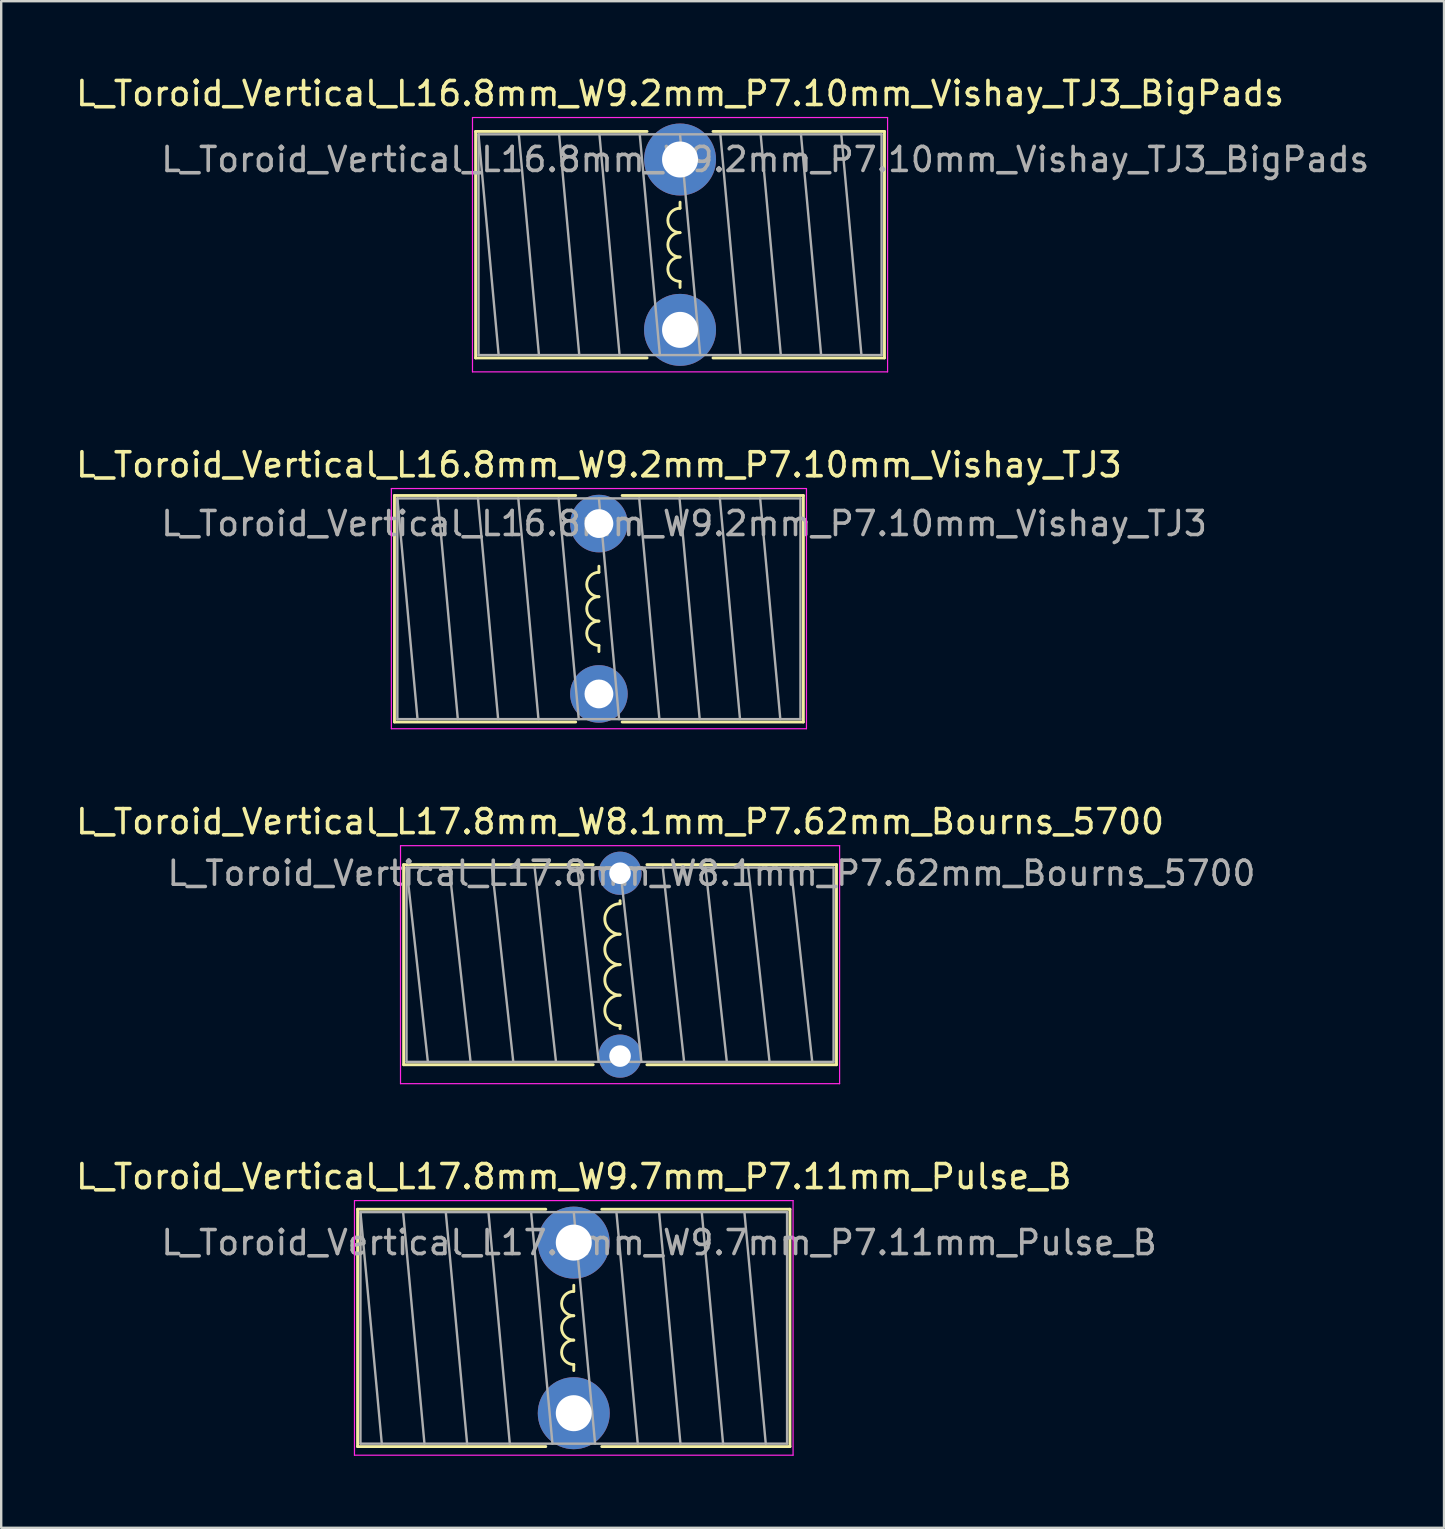
<source format=kicad_pcb>
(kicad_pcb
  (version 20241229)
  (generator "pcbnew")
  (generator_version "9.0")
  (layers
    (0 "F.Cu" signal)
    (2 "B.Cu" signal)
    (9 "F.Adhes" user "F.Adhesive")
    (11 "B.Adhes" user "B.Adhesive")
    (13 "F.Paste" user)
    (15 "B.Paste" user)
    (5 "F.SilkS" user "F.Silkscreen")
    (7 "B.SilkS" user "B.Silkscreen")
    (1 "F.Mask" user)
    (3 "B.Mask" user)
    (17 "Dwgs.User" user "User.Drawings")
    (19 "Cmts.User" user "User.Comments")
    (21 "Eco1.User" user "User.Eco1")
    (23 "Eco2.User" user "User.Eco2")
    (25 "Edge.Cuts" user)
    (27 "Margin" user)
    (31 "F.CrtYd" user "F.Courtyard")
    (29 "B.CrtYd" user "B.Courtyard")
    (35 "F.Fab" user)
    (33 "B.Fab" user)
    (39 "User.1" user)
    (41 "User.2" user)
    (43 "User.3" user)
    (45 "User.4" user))
  (footprint "L_Toroid_Vertical_L16.8mm_W9.2mm_P7.10mm_Vishay_TJ3"
    (layer "F.Cu")
    (at 21.911 18.771)
    (property "Reference" "L_Toroid_Vertical_L16.8mm_W9.2mm_P7.10mm_Vishay_TJ3" (at 0 -2.45 0) (layer "F.SilkS") (effects (font (size 1 1) (thickness 0.15))))
    (attr through_hole)
    (fp_line (start -8.52 -1.17) (end -8.52 8.27) (stroke (width 0.12) (type solid)) (layer "F.SilkS"))
    (fp_line (start -8.52 -1.17) (end -0.968 -1.17) (stroke (width 0.12) (type solid)) (layer "F.SilkS"))
    (fp_line (start -8.52 8.27) (end -0.968 8.27) (stroke (width 0.12) (type solid)) (layer "F.SilkS"))
    (fp_line (start 0 2.032) (end 0 1.778) (stroke (width 0.12) (type solid)) (layer "F.SilkS"))
    (fp_line (start 0 5.08) (end 0 5.334) (stroke (width 0.12) (type solid)) (layer "F.SilkS"))
    (fp_line (start 0.968 -1.17) (end 8.52 -1.17) (stroke (width 0.12) (type solid)) (layer "F.SilkS"))
    (fp_line (start 0.968 8.27) (end 8.52 8.27) (stroke (width 0.12) (type solid)) (layer "F.SilkS"))
    (fp_line (start 8.52 -1.17) (end 8.52 8.27) (stroke (width 0.12) (type solid)) (layer "F.SilkS"))
    (fp_arc (start 0 3.048) (mid -0.508 2.54) (end 0 2.032) (stroke (width 0.12) (type solid)) (layer "F.SilkS"))
    (fp_arc (start 0 4.064) (mid -0.508 3.556) (end 0 3.048) (stroke (width 0.12) (type solid)) (layer "F.SilkS"))
    (fp_arc (start 0 5.08) (mid -0.508 4.572) (end 0 4.064) (stroke (width 0.12) (type solid)) (layer "F.SilkS"))
    (fp_line (start -8.65 -1.46) (end -8.65 8.55) (stroke (width 0.05) (type solid)) (layer "F.CrtYd"))
    (fp_line (start -8.65 8.55) (end 8.65 8.55) (stroke (width 0.05) (type solid)) (layer "F.CrtYd"))
    (fp_line (start 8.65 -1.46) (end -8.65 -1.46) (stroke (width 0.05) (type solid)) (layer "F.CrtYd"))
    (fp_line (start 8.65 8.55) (end 8.65 -1.46) (stroke (width 0.05) (type solid)) (layer "F.CrtYd"))
    (fp_line (start -8.4 -1.05) (end -8.4 8.15) (stroke (width 0.1) (type solid)) (layer "F.Fab"))
    (fp_line (start -8.4 -1.05) (end -7.56 8.15) (stroke (width 0.1) (type solid)) (layer "F.Fab"))
    (fp_line (start -8.4 8.15) (end 8.4 8.15) (stroke (width 0.1) (type solid)) (layer "F.Fab"))
    (fp_line (start -6.72 -1.05) (end -5.88 8.15) (stroke (width 0.1) (type solid)) (layer "F.Fab"))
    (fp_line (start -5.04 -1.05) (end -4.2 8.15) (stroke (width 0.1) (type solid)) (layer "F.Fab"))
    (fp_line (start -3.36 -1.05) (end -2.52 8.15) (stroke (width 0.1) (type solid)) (layer "F.Fab"))
    (fp_line (start -1.68 -1.05) (end -0.84 8.15) (stroke (width 0.1) (type solid)) (layer "F.Fab"))
    (fp_line (start 0 -1.05) (end 0.84 8.15) (stroke (width 0.1) (type solid)) (layer "F.Fab"))
    (fp_line (start 1.68 -1.05) (end 2.52 8.15) (stroke (width 0.1) (type solid)) (layer "F.Fab"))
    (fp_line (start 3.36 -1.05) (end 4.2 8.15) (stroke (width 0.1) (type solid)) (layer "F.Fab"))
    (fp_line (start 5.04 -1.05) (end 5.88 8.15) (stroke (width 0.1) (type solid)) (layer "F.Fab"))
    (fp_line (start 6.72 -1.05) (end 7.56 8.15) (stroke (width 0.1) (type solid)) (layer "F.Fab"))
    (fp_line (start 8.4 -1.05) (end -8.4 -1.05) (stroke (width 0.1) (type solid)) (layer "F.Fab"))
    (fp_line (start 8.4 8.15) (end 8.4 -1.05) (stroke (width 0.1) (type solid)) (layer "F.Fab"))
    (fp_text user "${REFERENCE}" (at 3.55 0 0) (layer "F.Fab") (effects (font (size 1 1) (thickness 0.15))))
    (pad "1" thru_hole circle (at 0 0) (size 2.4 2.4) (drill 1.2) (layers "*.Cu" "*.Mask"))
    (pad "2" thru_hole circle (at 0 7.1) (size 2.4 2.4) (drill 1.2) (layers "*.Cu" "*.Mask")))
  (footprint "L_Toroid_Vertical_L17.8mm_W9.7mm_P7.11mm_Pulse_B"
    (layer "F.Cu")
    (at 20.863 48.738)
    (property "Reference" "L_Toroid_Vertical_L17.8mm_W9.7mm_P7.11mm_Pulse_B" (at 0 -2.75 0) (layer "F.SilkS") (effects (font (size 1 1) (thickness 0.15))))
    (attr through_hole)
    (fp_line (start -9.01 -1.39) (end -9.01 8.5) (stroke (width 0.12) (type solid)) (layer "F.SilkS"))
    (fp_line (start -9.01 -1.39) (end -1.166 -1.39) (stroke (width 0.12) (type solid)) (layer "F.SilkS"))
    (fp_line (start -9.01 8.5) (end -1.166 8.5) (stroke (width 0.12) (type solid)) (layer "F.SilkS"))
    (fp_line (start 0 2.032) (end 0 1.778) (stroke (width 0.12) (type solid)) (layer "F.SilkS"))
    (fp_line (start 0 5.08) (end 0 5.334) (stroke (width 0.12) (type solid)) (layer "F.SilkS"))
    (fp_line (start 1.166 -1.39) (end 9.01 -1.39) (stroke (width 0.12) (type solid)) (layer "F.SilkS"))
    (fp_line (start 1.166 8.5) (end 9.01 8.5) (stroke (width 0.12) (type solid)) (layer "F.SilkS"))
    (fp_line (start 9.01 -1.39) (end 9.01 8.5) (stroke (width 0.12) (type solid)) (layer "F.SilkS"))
    (fp_arc (start 0 3.048) (mid -0.508 2.54) (end 0 2.032) (stroke (width 0.12) (type solid)) (layer "F.SilkS"))
    (fp_arc (start 0 4.064) (mid -0.508 3.556) (end 0 3.048) (stroke (width 0.12) (type solid)) (layer "F.SilkS"))
    (fp_arc (start 0 5.08) (mid -0.508 4.572) (end 0 4.064) (stroke (width 0.12) (type solid)) (layer "F.SilkS"))
    (fp_line (start -9.14 -1.75) (end -9.14 8.86) (stroke (width 0.05) (type solid)) (layer "F.CrtYd"))
    (fp_line (start -9.14 8.86) (end 9.14 8.86) (stroke (width 0.05) (type solid)) (layer "F.CrtYd"))
    (fp_line (start 9.14 -1.75) (end -9.14 -1.75) (stroke (width 0.05) (type solid)) (layer "F.CrtYd"))
    (fp_line (start 9.14 8.86) (end 9.14 -1.75) (stroke (width 0.05) (type solid)) (layer "F.CrtYd"))
    (fp_line (start -8.89 -1.27) (end -8.89 8.38) (stroke (width 0.1) (type solid)) (layer "F.Fab"))
    (fp_line (start -8.89 -1.27) (end -8.001 8.38) (stroke (width 0.1) (type solid)) (layer "F.Fab"))
    (fp_line (start -8.89 8.38) (end 8.89 8.38) (stroke (width 0.1) (type solid)) (layer "F.Fab"))
    (fp_line (start -7.112 -1.27) (end -6.223 8.38) (stroke (width 0.1) (type solid)) (layer "F.Fab"))
    (fp_line (start -5.334 -1.27) (end -4.445 8.38) (stroke (width 0.1) (type solid)) (layer "F.Fab"))
    (fp_line (start -3.556 -1.27) (end -2.667 8.38) (stroke (width 0.1) (type solid)) (layer "F.Fab"))
    (fp_line (start -1.778 -1.27) (end -0.889 8.38) (stroke (width 0.1) (type solid)) (layer "F.Fab"))
    (fp_line (start 0 -1.27) (end 0.889 8.38) (stroke (width 0.1) (type solid)) (layer "F.Fab"))
    (fp_line (start 1.778 -1.27) (end 2.667 8.38) (stroke (width 0.1) (type solid)) (layer "F.Fab"))
    (fp_line (start 3.556 -1.27) (end 4.445 8.38) (stroke (width 0.1) (type solid)) (layer "F.Fab"))
    (fp_line (start 5.334 -1.27) (end 6.223 8.38) (stroke (width 0.1) (type solid)) (layer "F.Fab"))
    (fp_line (start 7.112 -1.27) (end 8.001 8.38) (stroke (width 0.1) (type solid)) (layer "F.Fab"))
    (fp_line (start 8.89 -1.27) (end -8.89 -1.27) (stroke (width 0.1) (type solid)) (layer "F.Fab"))
    (fp_line (start 8.89 8.38) (end 8.89 -1.27) (stroke (width 0.1) (type solid)) (layer "F.Fab"))
    (fp_text user "${REFERENCE}" (at 3.555 0 0) (layer "F.Fab") (effects (font (size 1 1) (thickness 0.15))))
    (pad "1" thru_hole circle (at 0 0) (size 3 3) (drill 1.5) (layers "*.Cu" "*.Mask"))
    (pad "2" thru_hole circle (at 0 7.11) (size 3 3) (drill 1.5) (layers "*.Cu" "*.Mask")))
  (footprint "L_Toroid_Vertical_L16.8mm_W9.2mm_P7.10mm_Vishay_TJ3_BigPads"
    (layer "F.Cu")
    (at 25.292 3.598)
    (property "Reference" "L_Toroid_Vertical_L16.8mm_W9.2mm_P7.10mm_Vishay_TJ3_BigPads" (at 0 -2.75 0) (layer "F.SilkS") (effects (font (size 1 1) (thickness 0.15))))
    (attr through_hole)
    (fp_line (start -8.52 -1.17) (end -8.52 8.27) (stroke (width 0.12) (type solid)) (layer "F.SilkS"))
    (fp_line (start -8.52 -1.17) (end -1.374 -1.17) (stroke (width 0.12) (type solid)) (layer "F.SilkS"))
    (fp_line (start -8.52 8.27) (end -1.374 8.27) (stroke (width 0.12) (type solid)) (layer "F.SilkS"))
    (fp_line (start 0 2.032) (end 0 1.778) (stroke (width 0.12) (type solid)) (layer "F.SilkS"))
    (fp_line (start 0 5.08) (end 0 5.334) (stroke (width 0.12) (type solid)) (layer "F.SilkS"))
    (fp_line (start 1.374 -1.17) (end 8.52 -1.17) (stroke (width 0.12) (type solid)) (layer "F.SilkS"))
    (fp_line (start 1.374 8.27) (end 8.52 8.27) (stroke (width 0.12) (type solid)) (layer "F.SilkS"))
    (fp_line (start 8.52 -1.17) (end 8.52 8.27) (stroke (width 0.12) (type solid)) (layer "F.SilkS"))
    (fp_arc (start 0 3.048) (mid -0.508 2.54) (end 0 2.032) (stroke (width 0.12) (type solid)) (layer "F.SilkS"))
    (fp_arc (start 0 4.064) (mid -0.508 3.556) (end 0 3.048) (stroke (width 0.12) (type solid)) (layer "F.SilkS"))
    (fp_arc (start 0 5.08) (mid -0.508 4.572) (end 0 4.064) (stroke (width 0.12) (type solid)) (layer "F.SilkS"))
    (fp_line (start -8.65 -1.75) (end -8.65 8.85) (stroke (width 0.05) (type solid)) (layer "F.CrtYd"))
    (fp_line (start -8.65 8.85) (end 8.65 8.85) (stroke (width 0.05) (type solid)) (layer "F.CrtYd"))
    (fp_line (start 8.65 -1.75) (end -8.65 -1.75) (stroke (width 0.05) (type solid)) (layer "F.CrtYd"))
    (fp_line (start 8.65 8.85) (end 8.65 -1.75) (stroke (width 0.05) (type solid)) (layer "F.CrtYd"))
    (fp_line (start -8.4 -1.05) (end -8.4 8.15) (stroke (width 0.1) (type solid)) (layer "F.Fab"))
    (fp_line (start -8.4 -1.05) (end -7.56 8.15) (stroke (width 0.1) (type solid)) (layer "F.Fab"))
    (fp_line (start -8.4 8.15) (end 8.4 8.15) (stroke (width 0.1) (type solid)) (layer "F.Fab"))
    (fp_line (start -6.72 -1.05) (end -5.88 8.15) (stroke (width 0.1) (type solid)) (layer "F.Fab"))
    (fp_line (start -5.04 -1.05) (end -4.2 8.15) (stroke (width 0.1) (type solid)) (layer "F.Fab"))
    (fp_line (start -3.36 -1.05) (end -2.52 8.15) (stroke (width 0.1) (type solid)) (layer "F.Fab"))
    (fp_line (start -1.68 -1.05) (end -0.84 8.15) (stroke (width 0.1) (type solid)) (layer "F.Fab"))
    (fp_line (start 0 -1.05) (end 0.84 8.15) (stroke (width 0.1) (type solid)) (layer "F.Fab"))
    (fp_line (start 1.68 -1.05) (end 2.52 8.15) (stroke (width 0.1) (type solid)) (layer "F.Fab"))
    (fp_line (start 3.36 -1.05) (end 4.2 8.15) (stroke (width 0.1) (type solid)) (layer "F.Fab"))
    (fp_line (start 5.04 -1.05) (end 5.88 8.15) (stroke (width 0.1) (type solid)) (layer "F.Fab"))
    (fp_line (start 6.72 -1.05) (end 7.56 8.15) (stroke (width 0.1) (type solid)) (layer "F.Fab"))
    (fp_line (start 8.4 -1.05) (end -8.4 -1.05) (stroke (width 0.1) (type solid)) (layer "F.Fab"))
    (fp_line (start 8.4 8.15) (end 8.4 -1.05) (stroke (width 0.1) (type solid)) (layer "F.Fab"))
    (fp_text user "${REFERENCE}" (at 3.55 0 0) (layer "F.Fab") (effects (font (size 1 1) (thickness 0.15))))
    (pad "1" thru_hole circle (at 0 0) (size 3 3) (drill 1.5) (layers "*.Cu" "*.Mask"))
    (pad "2" thru_hole circle (at 0 7.1) (size 3 3) (drill 1.5) (layers "*.Cu" "*.Mask")))
  (footprint "L_Toroid_Vertical_L17.8mm_W8.1mm_P7.62mm_Bourns_5700"
    (layer "F.Cu")
    (at 22.792 33.345)
    (property "Reference" "L_Toroid_Vertical_L17.8mm_W8.1mm_P7.62mm_Bourns_5700" (at 0 -2.15 0) (layer "F.SilkS") (effects (font (size 1 1) (thickness 0.15))))
    (attr through_hole)
    (fp_line (start -9.02 -0.36) (end -9.02 7.98) (stroke (width 0.12) (type solid)) (layer "F.SilkS"))
    (fp_line (start -9.02 -0.36) (end -1.119 -0.36) (stroke (width 0.12) (type solid)) (layer "F.SilkS"))
    (fp_line (start -9.02 7.98) (end -1.119 7.98) (stroke (width 0.12) (type solid)) (layer "F.SilkS"))
    (fp_line (start 0 1.27) (end 0 1.143) (stroke (width 0.12) (type solid)) (layer "F.SilkS"))
    (fp_line (start 0 6.35) (end 0 6.477) (stroke (width 0.12) (type solid)) (layer "F.SilkS"))
    (fp_line (start 1.119 -0.36) (end 9.02 -0.36) (stroke (width 0.12) (type solid)) (layer "F.SilkS"))
    (fp_line (start 1.119 7.98) (end 9.02 7.98) (stroke (width 0.12) (type solid)) (layer "F.SilkS"))
    (fp_line (start 9.02 -0.36) (end 9.02 7.98) (stroke (width 0.12) (type solid)) (layer "F.SilkS"))
    (fp_arc (start 0 2.54) (mid -0.635 1.905) (end 0 1.27) (stroke (width 0.12) (type solid)) (layer "F.SilkS"))
    (fp_arc (start 0 3.81) (mid -0.635 3.175) (end 0 2.54) (stroke (width 0.12) (type solid)) (layer "F.SilkS"))
    (fp_arc (start 0 5.08) (mid -0.635 4.445) (end 0 3.81) (stroke (width 0.12) (type solid)) (layer "F.SilkS"))
    (fp_arc (start 0 6.35) (mid -0.635 5.715) (end 0 5.08) (stroke (width 0.12) (type solid)) (layer "F.SilkS"))
    (fp_line (start -9.15 -1.15) (end -9.15 8.77) (stroke (width 0.05) (type solid)) (layer "F.CrtYd"))
    (fp_line (start -9.15 8.77) (end 9.15 8.77) (stroke (width 0.05) (type solid)) (layer "F.CrtYd"))
    (fp_line (start 9.15 -1.15) (end -9.15 -1.15) (stroke (width 0.05) (type solid)) (layer "F.CrtYd"))
    (fp_line (start 9.15 8.77) (end 9.15 -1.15) (stroke (width 0.05) (type solid)) (layer "F.CrtYd"))
    (fp_line (start -8.9 -0.24) (end -8.9 7.86) (stroke (width 0.1) (type solid)) (layer "F.Fab"))
    (fp_line (start -8.9 -0.24) (end -8.01 7.86) (stroke (width 0.1) (type solid)) (layer "F.Fab"))
    (fp_line (start -8.9 7.86) (end 8.9 7.86) (stroke (width 0.1) (type solid)) (layer "F.Fab"))
    (fp_line (start -7.12 -0.24) (end -6.23 7.86) (stroke (width 0.1) (type solid)) (layer "F.Fab"))
    (fp_line (start -5.34 -0.24) (end -4.45 7.86) (stroke (width 0.1) (type solid)) (layer "F.Fab"))
    (fp_line (start -3.56 -0.24) (end -2.67 7.86) (stroke (width 0.1) (type solid)) (layer "F.Fab"))
    (fp_line (start -1.78 -0.24) (end -0.89 7.86) (stroke (width 0.1) (type solid)) (layer "F.Fab"))
    (fp_line (start 0 -0.24) (end 0.89 7.86) (stroke (width 0.1) (type solid)) (layer "F.Fab"))
    (fp_line (start 1.78 -0.24) (end 2.67 7.86) (stroke (width 0.1) (type solid)) (layer "F.Fab"))
    (fp_line (start 3.56 -0.24) (end 4.45 7.86) (stroke (width 0.1) (type solid)) (layer "F.Fab"))
    (fp_line (start 5.34 -0.24) (end 6.23 7.86) (stroke (width 0.1) (type solid)) (layer "F.Fab"))
    (fp_line (start 7.12 -0.24) (end 8.01 7.86) (stroke (width 0.1) (type solid)) (layer "F.Fab"))
    (fp_line (start 8.9 -0.24) (end -8.9 -0.24) (stroke (width 0.1) (type solid)) (layer "F.Fab"))
    (fp_line (start 8.9 7.86) (end 8.9 -0.24) (stroke (width 0.1) (type solid)) (layer "F.Fab"))
    (fp_text user "${REFERENCE}" (at 3.81 0 0) (layer "F.Fab") (effects (font (size 1 1) (thickness 0.15))))
    (pad "1" thru_hole circle (at 0 0) (size 1.8 1.8) (drill 0.9) (layers "*.Cu" "*.Mask"))
    (pad "2" thru_hole circle (at 0 7.62) (size 1.8 1.8) (drill 0.9) (layers "*.Cu" "*.Mask")))
  (gr_rect
    (start -3 -3)
    (end 57.133 60.623)
    (stroke (width 0.1) (type default))
    (fill no)
    (layer "Edge.Cuts")))
</source>
